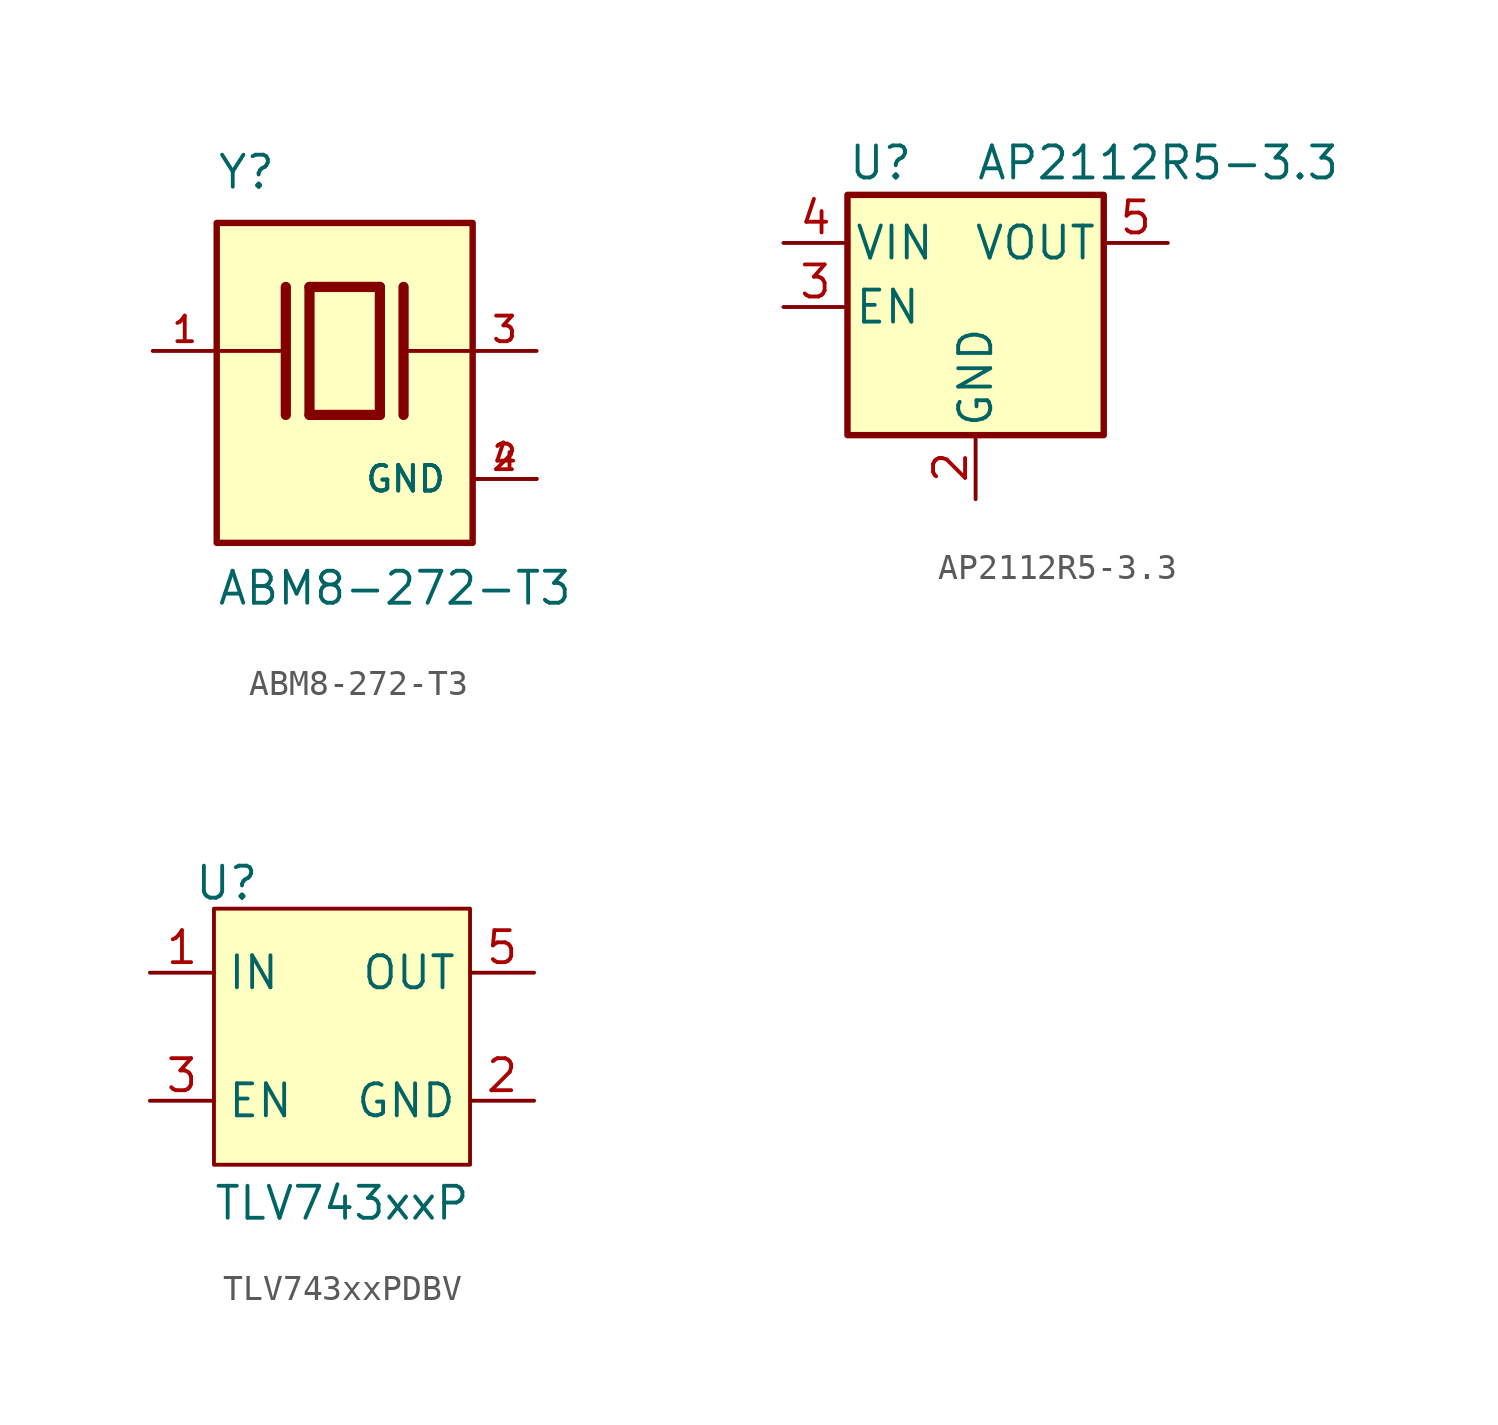
<source format=kicad_sym>
(kicad_symbol_lib
  (version 20241209)
  (generator "kicad_symbol_editor")
  (generator_version "9.0")
  (symbol "ABM8-272-T3"
    (pin_names
      (offset 1.016))
    (property "Reference" "Y"
      (at -5.088 6.356 0)
      (effects (font (size 1.27 1.27)) (justify left bottom)))
    (property "Value" "ABM8-272-T3"
      (at -5.094 -10.16 0)
      (effects (font (size 1.27 1.27)) (justify left bottom)))
    (symbol "ABM8-272-T3_0_0"
      (polyline (pts (xy -5.08 0) (xy -2.54 0)) (stroke (width 0.152) (type default)) (fill (type none)))
      (rectangle (start -5.08 -7.62) (end 5.08 5.08) (stroke (width 0.254) (type default)) (fill (type background)))
      (polyline (pts (xy -2.337 2.54) (xy -2.337 -2.54)) (stroke (width 0.406) (type default)) (fill (type none)))
      (polyline (pts (xy -1.397 2.54) (xy -1.397 -2.54)) (stroke (width 0.406) (type default)) (fill (type none)))
      (polyline (pts (xy -1.397 2.54) (xy 1.397 2.54)) (stroke (width 0.406) (type default)) (fill (type none)))
      (polyline (pts (xy 1.397 2.54) (xy 1.397 -2.54)) (stroke (width 0.406) (type default)) (fill (type none)))
      (polyline (pts (xy 1.397 -2.54) (xy -1.397 -2.54)) (stroke (width 0.406) (type default)) (fill (type none)))
      (polyline (pts (xy 2.337 2.54) (xy 2.337 -2.54)) (stroke (width 0.406) (type default)) (fill (type none)))
      (polyline (pts (xy 2.54 0) (xy 5.08 0)) (stroke (width 0.152) (type default)) (fill (type none)))
      (pin passive line (at -7.62 0 0) (length 2.54) (name "~" (effects (font (size 1.016 1.016)))) (number "1" (effects (font (size 1.016 1.016)))))
      (pin passive line (at 7.62 0 180) (length 2.54) (name "~" (effects (font (size 1.016 1.016)))) (number "3" (effects (font (size 1.016 1.016)))))
      (pin power_in line (at 7.62 -5.08 180) (length 2.54) (name "GND" (effects (font (size 1.016 1.016)))) (number "2" (effects (font (size 1.016 1.016)))))
      (pin power_in line (at 7.62 -5.08 180) (length 2.54) (name "GND" (effects (font (size 1.016 1.016)))) (number "4" (effects (font (size 1.016 1.016)))))))
  (symbol "AP2112R5-3.3"
    (pin_names
      (offset 0.254))
    (property "Reference" "U"
      (at -5.08 5.715 0)
      (effects (font (size 1.27 1.27)) (justify left)))
    (property "Value" "AP2112R5-3.3"
      (at 0 5.715 0)
      (effects (font (size 1.27 1.27)) (justify left)))
    (symbol "AP2112R5-3.3_0_1"
      (rectangle (start -5.08 4.445) (end 5.08 -5.08) (stroke (width 0.254) (type default)) (fill (type background))))
    (symbol "AP2112R5-3.3_1_1"
      (pin power_in line (at -7.62 2.54 0) (length 2.54) (name "VIN" (effects (font (size 1.27 1.27)))) (number "4" (effects (font (size 1.27 1.27)))))
      (pin input line (at -7.62 0 0) (length 2.54) (name "EN" (effects (font (size 1.27 1.27)))) (number "3" (effects (font (size 1.27 1.27)))))
      (pin power_in line (at 0 -7.62 90) (length 2.54) (name "GND" (effects (font (size 1.27 1.27)))) (number "2" (effects (font (size 1.27 1.27)))))
      (pin power_out line (at 7.62 2.54 180) (length 2.54) (name "VOUT" (effects (font (size 1.27 1.27)))) (number "5" (effects (font (size 1.27 1.27)))))
      (pin no_connect line (at 7.62 0 180) (length 2.54) (hide yes) (name "NC" (effects (font (size 1.27 1.27)))) (number "1" (effects (font (size 1.27 1.27)))))))
  (symbol "TLV743xxPDBV"
    (property "Reference" "U"
      (at 0.508 3.556 0)
      (effects (font (size 1.27 1.27))))
    (property "Value" "TLV743xxP"
      (at 5.08 -9.144 0)
      (effects (font (size 1.27 1.27))))
    (symbol "TLV743xxPDBV_1_1"
      (rectangle (start 0 2.54) (end 10.16 -7.62) (stroke (width 0) (type default)) (fill (type background)))
      (pin power_in line (at -2.54 0 0) (length 2.54) (name "IN" (effects (font (size 1.27 1.27)))) (number "1" (effects (font (size 1.27 1.27)))))
      (pin input line (at -2.54 -5.08 0) (length 2.54) (name "EN" (effects (font (size 1.27 1.27)))) (number "3" (effects (font (size 1.27 1.27)))))
      (pin power_out line (at 12.7 0 180) (length 2.54) (name "OUT" (effects (font (size 1.27 1.27)))) (number "5" (effects (font (size 1.27 1.27)))))
      (pin no_connect line (at 12.7 -2.54 180) (length 2.54) (hide yes) (name "NC" (effects (font (size 1.27 1.27)))) (number "4" (effects (font (size 1.27 1.27)))))
      (pin power_in line (at 12.7 -5.08 180) (length 2.54) (name "GND" (effects (font (size 1.27 1.27)))) (number "2" (effects (font (size 1.27 1.27))))))))
</source>
